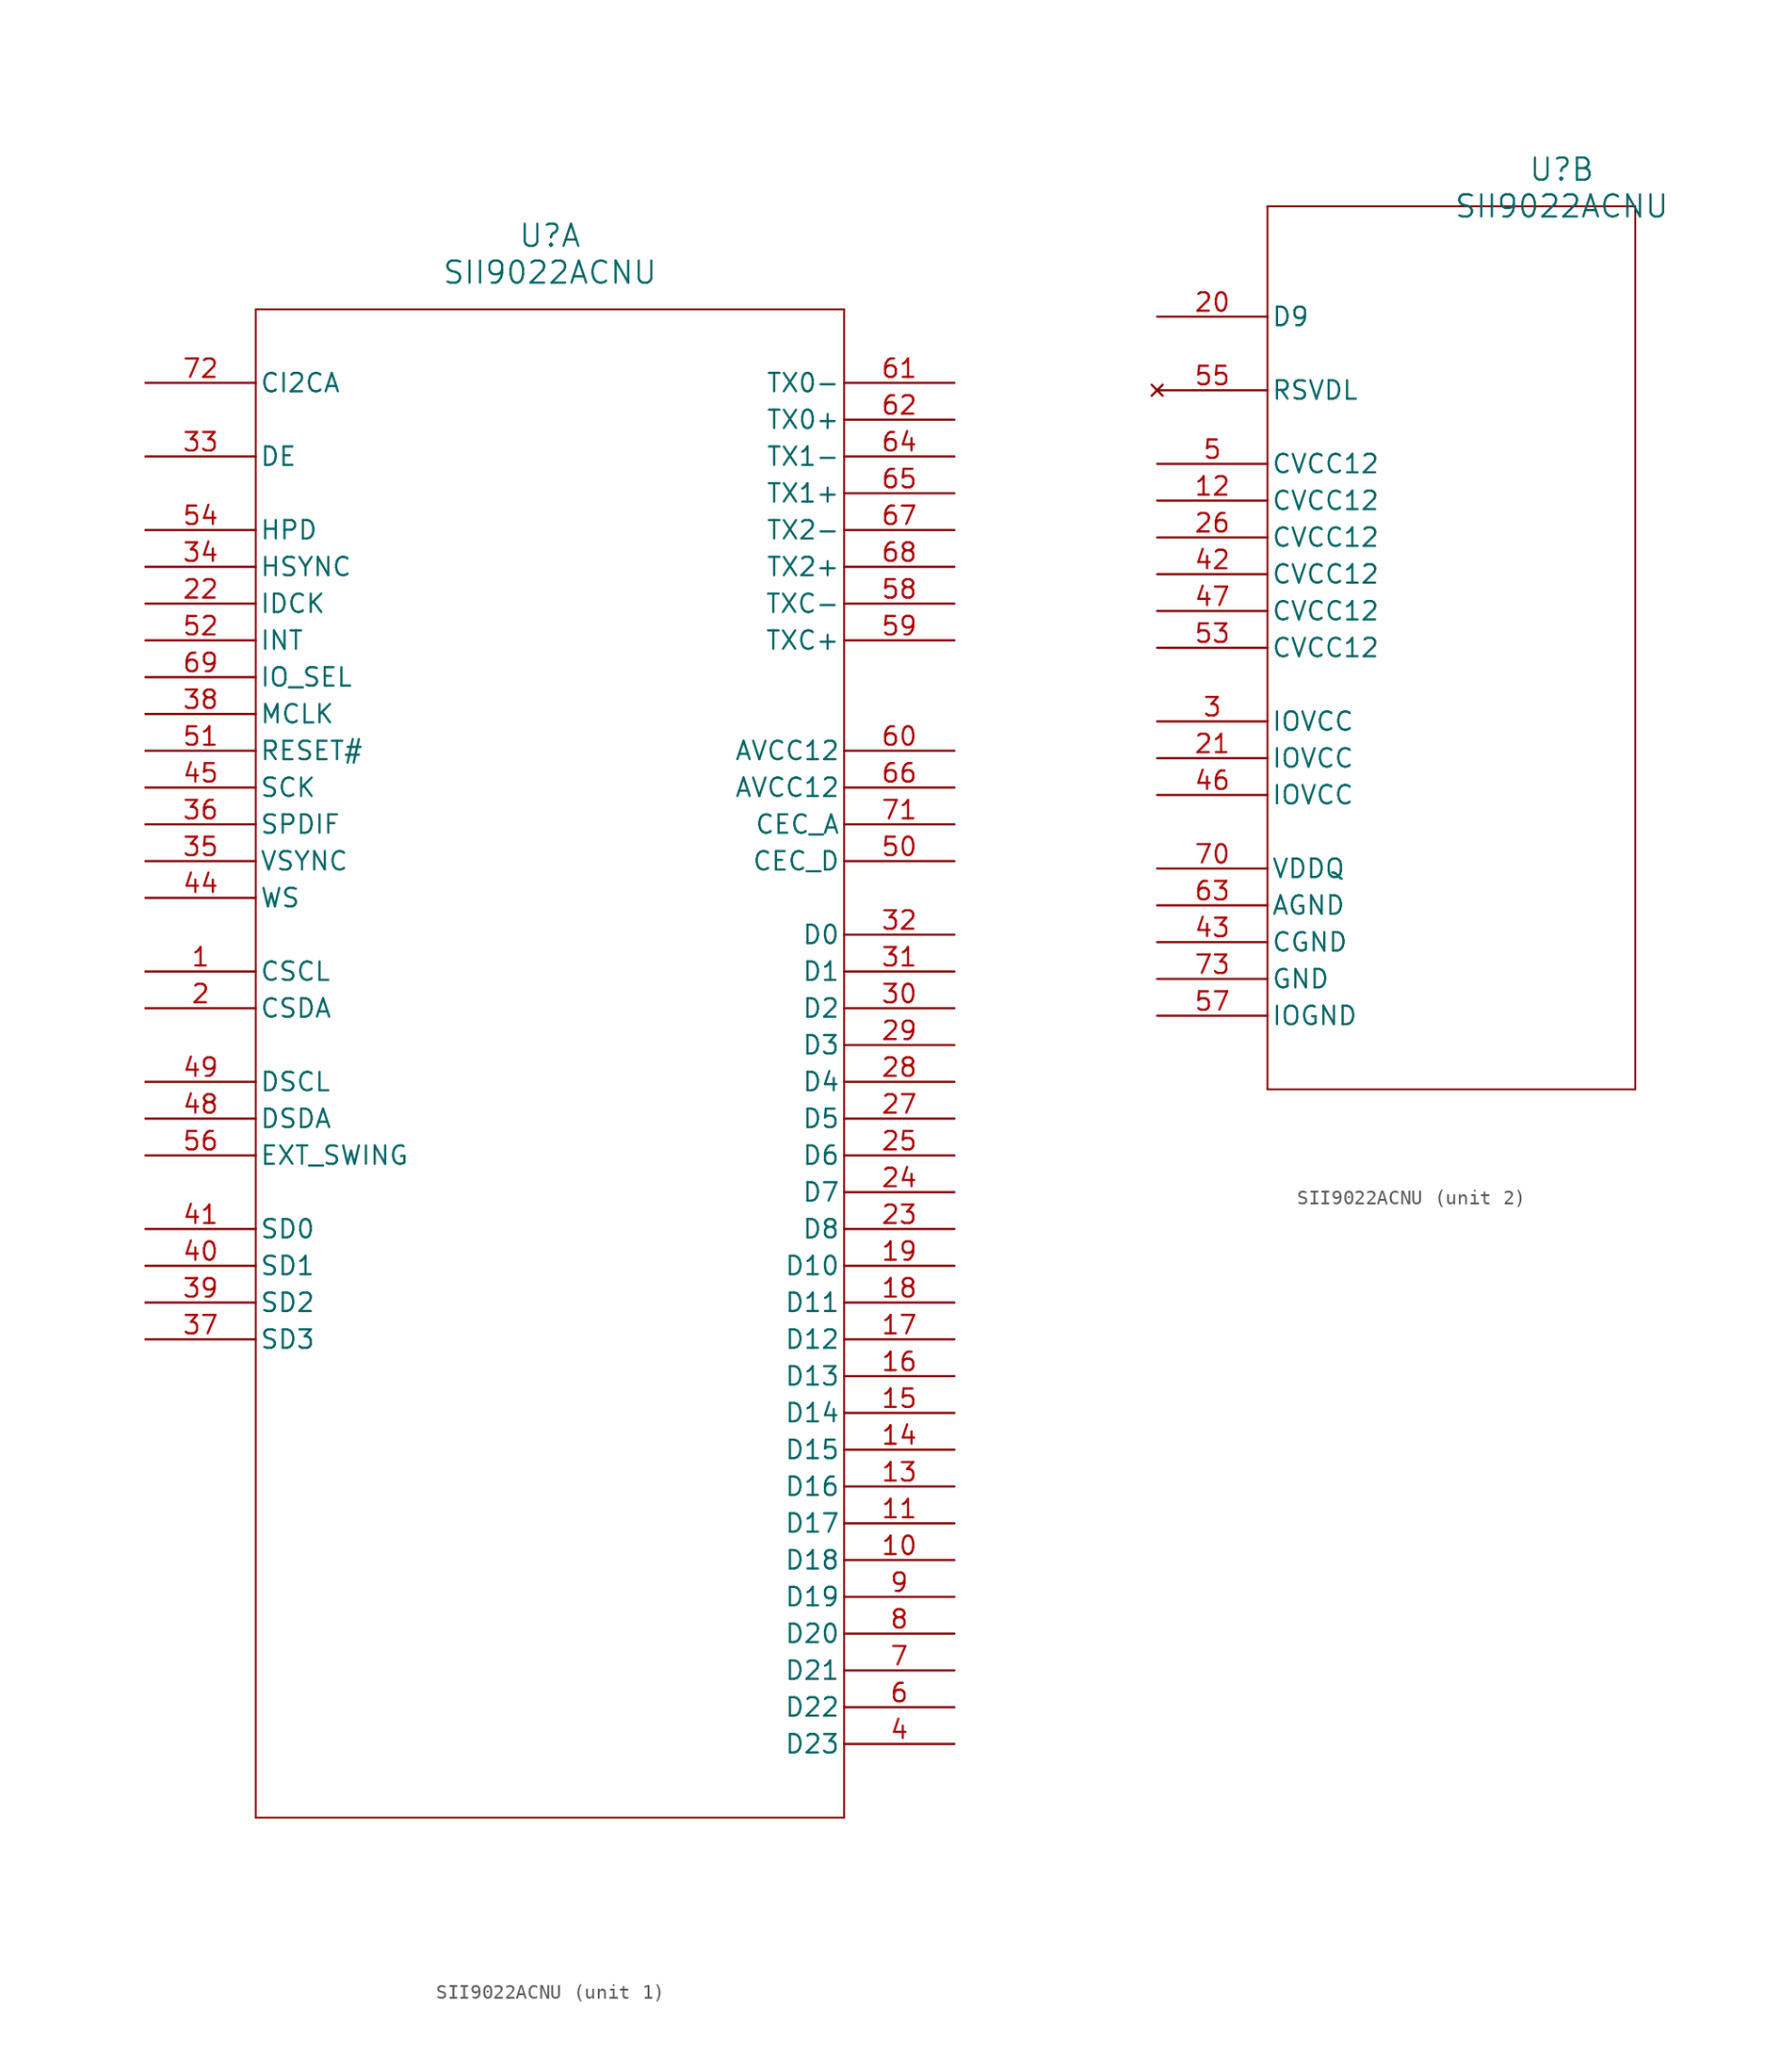
<source format=kicad_sym>
(kicad_symbol_lib
  (version 20211014)
  (generator kicad_symbol_editor)
  (symbol "SII9022ACNU"
    (pin_names
      (offset 0.254))
    (property "Reference" "U"
      (at 27.94 10.16 0)
      (effects (font (size 1.524 1.524))))
    (property "Value" "SII9022ACNU"
      (at 27.94 7.62 0)
      (effects (font (size 1.524 1.524))))
    (symbol "SII9022ACNU_1_1"
      (polyline (pts (xy 7.62 5.08) (xy 7.62 -99.06)) (stroke (width 0.127) (type default) (color 0 0 0 0)) (fill (type none)))
      (polyline (pts (xy 7.62 -99.06) (xy 48.26 -99.06)) (stroke (width 0.127) (type default) (color 0 0 0 0)) (fill (type none)))
      (polyline (pts (xy 48.26 -99.06) (xy 48.26 5.08)) (stroke (width 0.127) (type default) (color 0 0 0 0)) (fill (type none)))
      (polyline (pts (xy 48.26 5.08) (xy 7.62 5.08)) (stroke (width 0.127) (type default) (color 0 0 0 0)) (fill (type none)))
      (pin bidirectional line (at 0 -40.64 0) (length 7.62) (name "CSCL" (effects (font (size 1.27 1.27)))) (number "1" (effects (font (size 1.27 1.27)))))
      (pin bidirectional line (at 0 -43.18 0) (length 7.62) (name "CSDA" (effects (font (size 1.27 1.27)))) (number "2" (effects (font (size 1.27 1.27)))))
      (pin input line (at 55.88 -93.98 180) (length 7.62) (name "D23" (effects (font (size 1.27 1.27)))) (number "4" (effects (font (size 1.27 1.27)))))
      (pin input line (at 55.88 -91.44 180) (length 7.62) (name "D22" (effects (font (size 1.27 1.27)))) (number "6" (effects (font (size 1.27 1.27)))))
      (pin input line (at 55.88 -88.9 180) (length 7.62) (name "D21" (effects (font (size 1.27 1.27)))) (number "7" (effects (font (size 1.27 1.27)))))
      (pin input line (at 55.88 -86.36 180) (length 7.62) (name "D20" (effects (font (size 1.27 1.27)))) (number "8" (effects (font (size 1.27 1.27)))))
      (pin input line (at 55.88 -83.82 180) (length 7.62) (name "D19" (effects (font (size 1.27 1.27)))) (number "9" (effects (font (size 1.27 1.27)))))
      (pin input line (at 55.88 -81.28 180) (length 7.62) (name "D18" (effects (font (size 1.27 1.27)))) (number "10" (effects (font (size 1.27 1.27)))))
      (pin input line (at 55.88 -78.74 180) (length 7.62) (name "D17" (effects (font (size 1.27 1.27)))) (number "11" (effects (font (size 1.27 1.27)))))
      (pin input line (at 55.88 -76.2 180) (length 7.62) (name "D16" (effects (font (size 1.27 1.27)))) (number "13" (effects (font (size 1.27 1.27)))))
      (pin input line (at 55.88 -73.66 180) (length 7.62) (name "D15" (effects (font (size 1.27 1.27)))) (number "14" (effects (font (size 1.27 1.27)))))
      (pin input line (at 55.88 -71.12 180) (length 7.62) (name "D14" (effects (font (size 1.27 1.27)))) (number "15" (effects (font (size 1.27 1.27)))))
      (pin input line (at 55.88 -68.58 180) (length 7.62) (name "D13" (effects (font (size 1.27 1.27)))) (number "16" (effects (font (size 1.27 1.27)))))
      (pin input line (at 55.88 -66.04 180) (length 7.62) (name "D12" (effects (font (size 1.27 1.27)))) (number "17" (effects (font (size 1.27 1.27)))))
      (pin input line (at 55.88 -63.5 180) (length 7.62) (name "D11" (effects (font (size 1.27 1.27)))) (number "18" (effects (font (size 1.27 1.27)))))
      (pin input line (at 55.88 -60.96 180) (length 7.62) (name "D10" (effects (font (size 1.27 1.27)))) (number "19" (effects (font (size 1.27 1.27)))))
      (pin input line (at 0 -15.24 0) (length 7.62) (name "IDCK" (effects (font (size 1.27 1.27)))) (number "22" (effects (font (size 1.27 1.27)))))
      (pin input line (at 55.88 -58.42 180) (length 7.62) (name "D8" (effects (font (size 1.27 1.27)))) (number "23" (effects (font (size 1.27 1.27)))))
      (pin input line (at 55.88 -55.88 180) (length 7.62) (name "D7" (effects (font (size 1.27 1.27)))) (number "24" (effects (font (size 1.27 1.27)))))
      (pin input line (at 55.88 -53.34 180) (length 7.62) (name "D6" (effects (font (size 1.27 1.27)))) (number "25" (effects (font (size 1.27 1.27)))))
      (pin input line (at 55.88 -50.8 180) (length 7.62) (name "D5" (effects (font (size 1.27 1.27)))) (number "27" (effects (font (size 1.27 1.27)))))
      (pin input line (at 55.88 -48.26 180) (length 7.62) (name "D4" (effects (font (size 1.27 1.27)))) (number "28" (effects (font (size 1.27 1.27)))))
      (pin input line (at 55.88 -45.72 180) (length 7.62) (name "D3" (effects (font (size 1.27 1.27)))) (number "29" (effects (font (size 1.27 1.27)))))
      (pin input line (at 55.88 -43.18 180) (length 7.62) (name "D2" (effects (font (size 1.27 1.27)))) (number "30" (effects (font (size 1.27 1.27)))))
      (pin input line (at 55.88 -40.64 180) (length 7.62) (name "D1" (effects (font (size 1.27 1.27)))) (number "31" (effects (font (size 1.27 1.27)))))
      (pin input line (at 55.88 -38.1 180) (length 7.62) (name "D0" (effects (font (size 1.27 1.27)))) (number "32" (effects (font (size 1.27 1.27)))))
      (pin input line (at 0 -5.08 0) (length 7.62) (name "DE" (effects (font (size 1.27 1.27)))) (number "33" (effects (font (size 1.27 1.27)))))
      (pin input line (at 0 -12.7 0) (length 7.62) (name "HSYNC" (effects (font (size 1.27 1.27)))) (number "34" (effects (font (size 1.27 1.27)))))
      (pin input line (at 0 -33.02 0) (length 7.62) (name "VSYNC" (effects (font (size 1.27 1.27)))) (number "35" (effects (font (size 1.27 1.27)))))
      (pin input line (at 0 -30.48 0) (length 7.62) (name "SPDIF" (effects (font (size 1.27 1.27)))) (number "36" (effects (font (size 1.27 1.27)))))
      (pin input line (at 0 -66.04 0) (length 7.62) (name "SD3" (effects (font (size 1.27 1.27)))) (number "37" (effects (font (size 1.27 1.27)))))
      (pin input line (at 0 -22.86 0) (length 7.62) (name "MCLK" (effects (font (size 1.27 1.27)))) (number "38" (effects (font (size 1.27 1.27)))))
      (pin input line (at 0 -63.5 0) (length 7.62) (name "SD2" (effects (font (size 1.27 1.27)))) (number "39" (effects (font (size 1.27 1.27)))))
      (pin input line (at 0 -60.96 0) (length 7.62) (name "SD1" (effects (font (size 1.27 1.27)))) (number "40" (effects (font (size 1.27 1.27)))))
      (pin input line (at 0 -58.42 0) (length 7.62) (name "SD0" (effects (font (size 1.27 1.27)))) (number "41" (effects (font (size 1.27 1.27)))))
      (pin input line (at 0 -35.56 0) (length 7.62) (name "WS" (effects (font (size 1.27 1.27)))) (number "44" (effects (font (size 1.27 1.27)))))
      (pin input line (at 0 -27.94 0) (length 7.62) (name "SCK" (effects (font (size 1.27 1.27)))) (number "45" (effects (font (size 1.27 1.27)))))
      (pin bidirectional line (at 0 -50.8 0) (length 7.62) (name "DSDA" (effects (font (size 1.27 1.27)))) (number "48" (effects (font (size 1.27 1.27)))))
      (pin bidirectional line (at 0 -48.26 0) (length 7.62) (name "DSCL" (effects (font (size 1.27 1.27)))) (number "49" (effects (font (size 1.27 1.27)))))
      (pin bidirectional line (at 55.88 -33.02 180) (length 7.62) (name "CEC_D" (effects (font (size 1.27 1.27)))) (number "50" (effects (font (size 1.27 1.27)))))
      (pin input line (at 0 -25.4 0) (length 7.62) (name "RESET#" (effects (font (size 1.27 1.27)))) (number "51" (effects (font (size 1.27 1.27)))))
      (pin output line (at 0 -17.78 0) (length 7.62) (name "INT" (effects (font (size 1.27 1.27)))) (number "52" (effects (font (size 1.27 1.27)))))
      (pin input line (at 0 -10.16 0) (length 7.62) (name "HPD" (effects (font (size 1.27 1.27)))) (number "54" (effects (font (size 1.27 1.27)))))
      (pin unspecified line (at 0 -53.34 0) (length 7.62) (name "EXT_SWING" (effects (font (size 1.27 1.27)))) (number "56" (effects (font (size 1.27 1.27)))))
      (pin output line (at 55.88 -15.24 180) (length 7.62) (name "TXC-" (effects (font (size 1.27 1.27)))) (number "58" (effects (font (size 1.27 1.27)))))
      (pin output line (at 55.88 -17.78 180) (length 7.62) (name "TXC+" (effects (font (size 1.27 1.27)))) (number "59" (effects (font (size 1.27 1.27)))))
      (pin bidirectional line (at 55.88 -25.4 180) (length 7.62) (name "AVCC12" (effects (font (size 1.27 1.27)))) (number "60" (effects (font (size 1.27 1.27)))))
      (pin output line (at 55.88 0 180) (length 7.62) (name "TX0-" (effects (font (size 1.27 1.27)))) (number "61" (effects (font (size 1.27 1.27)))))
      (pin output line (at 55.88 -2.54 180) (length 7.62) (name "TX0+" (effects (font (size 1.27 1.27)))) (number "62" (effects (font (size 1.27 1.27)))))
      (pin output line (at 55.88 -5.08 180) (length 7.62) (name "TX1-" (effects (font (size 1.27 1.27)))) (number "64" (effects (font (size 1.27 1.27)))))
      (pin output line (at 55.88 -7.62 180) (length 7.62) (name "TX1+" (effects (font (size 1.27 1.27)))) (number "65" (effects (font (size 1.27 1.27)))))
      (pin bidirectional line (at 55.88 -27.94 180) (length 7.62) (name "AVCC12" (effects (font (size 1.27 1.27)))) (number "66" (effects (font (size 1.27 1.27)))))
      (pin output line (at 55.88 -10.16 180) (length 7.62) (name "TX2-" (effects (font (size 1.27 1.27)))) (number "67" (effects (font (size 1.27 1.27)))))
      (pin output line (at 55.88 -12.7 180) (length 7.62) (name "TX2+" (effects (font (size 1.27 1.27)))) (number "68" (effects (font (size 1.27 1.27)))))
      (pin input line (at 0 -20.32 0) (length 7.62) (name "IO_SEL" (effects (font (size 1.27 1.27)))) (number "69" (effects (font (size 1.27 1.27)))))
      (pin bidirectional line (at 55.88 -30.48 180) (length 7.62) (name "CEC_A" (effects (font (size 1.27 1.27)))) (number "71" (effects (font (size 1.27 1.27)))))
      (pin input line (at 0 0 0) (length 7.62) (name "CI2CA" (effects (font (size 1.27 1.27)))) (number "72" (effects (font (size 1.27 1.27))))))
    (symbol "SII9022ACNU_2_1"
      (polyline (pts (xy 7.62 7.62) (xy 7.62 -53.34)) (stroke (width 0.127) (type default) (color 0 0 0 0)) (fill (type none)))
      (polyline (pts (xy 7.62 -53.34) (xy 33.02 -53.34)) (stroke (width 0.127) (type default) (color 0 0 0 0)) (fill (type none)))
      (polyline (pts (xy 33.02 -53.34) (xy 33.02 7.62)) (stroke (width 0.127) (type default) (color 0 0 0 0)) (fill (type none)))
      (polyline (pts (xy 33.02 7.62) (xy 7.62 7.62)) (stroke (width 0.127) (type default) (color 0 0 0 0)) (fill (type none)))
      (pin power_in line (at 0 -27.94 0) (length 7.62) (name "IOVCC" (effects (font (size 1.27 1.27)))) (number "3" (effects (font (size 1.27 1.27)))))
      (pin power_in line (at 0 -10.16 0) (length 7.62) (name "CVCC12" (effects (font (size 1.27 1.27)))) (number "5" (effects (font (size 1.27 1.27)))))
      (pin power_in line (at 0 -12.7 0) (length 7.62) (name "CVCC12" (effects (font (size 1.27 1.27)))) (number "12" (effects (font (size 1.27 1.27)))))
      (pin input line (at 0 0 0) (length 7.62) (name "D9" (effects (font (size 1.27 1.27)))) (number "20" (effects (font (size 1.27 1.27)))))
      (pin power_in line (at 0 -30.48 0) (length 7.62) (name "IOVCC" (effects (font (size 1.27 1.27)))) (number "21" (effects (font (size 1.27 1.27)))))
      (pin power_in line (at 0 -15.24 0) (length 7.62) (name "CVCC12" (effects (font (size 1.27 1.27)))) (number "26" (effects (font (size 1.27 1.27)))))
      (pin power_in line (at 0 -17.78 0) (length 7.62) (name "CVCC12" (effects (font (size 1.27 1.27)))) (number "42" (effects (font (size 1.27 1.27)))))
      (pin power_out line (at 0 -43.18 0) (length 7.62) (name "CGND" (effects (font (size 1.27 1.27)))) (number "43" (effects (font (size 1.27 1.27)))))
      (pin power_in line (at 0 -33.02 0) (length 7.62) (name "IOVCC" (effects (font (size 1.27 1.27)))) (number "46" (effects (font (size 1.27 1.27)))))
      (pin power_in line (at 0 -20.32 0) (length 7.62) (name "CVCC12" (effects (font (size 1.27 1.27)))) (number "47" (effects (font (size 1.27 1.27)))))
      (pin power_in line (at 0 -22.86 0) (length 7.62) (name "CVCC12" (effects (font (size 1.27 1.27)))) (number "53" (effects (font (size 1.27 1.27)))))
      (pin no_connect line (at 0 -5.08 0) (length 7.62) (name "RSVDL" (effects (font (size 1.27 1.27)))) (number "55" (effects (font (size 1.27 1.27)))))
      (pin power_out line (at 0 -48.26 0) (length 7.62) (name "IOGND" (effects (font (size 1.27 1.27)))) (number "57" (effects (font (size 1.27 1.27)))))
      (pin power_out line (at 0 -40.64 0) (length 7.62) (name "AGND" (effects (font (size 1.27 1.27)))) (number "63" (effects (font (size 1.27 1.27)))))
      (pin power_in line (at 0 -38.1 0) (length 7.62) (name "VDDQ" (effects (font (size 1.27 1.27)))) (number "70" (effects (font (size 1.27 1.27)))))
      (pin power_out line (at 0 -45.72 0) (length 7.62) (name "GND" (effects (font (size 1.27 1.27)))) (number "73" (effects (font (size 1.27 1.27))))))))
</source>
